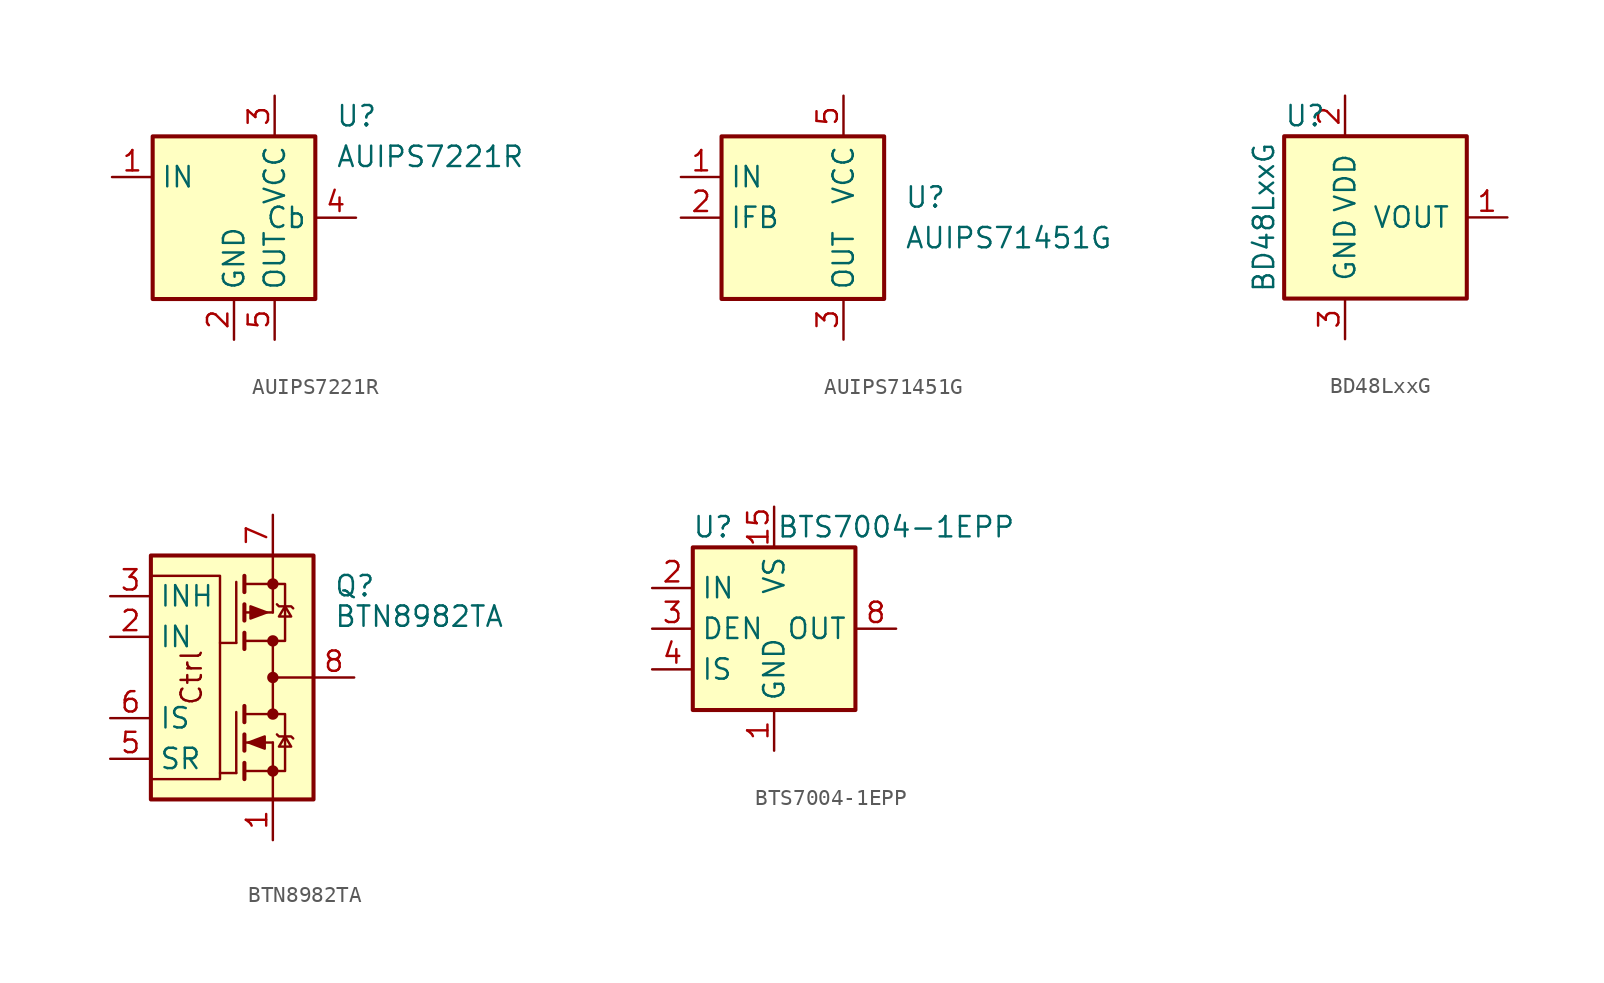
<source format=kicad_sym>
(kicad_symbol_lib
  (version 20231120)
  (generator "kicad_symbol_editor")
  (generator_version "8.0")
  (symbol "AUIPS7221R"
    (property "Reference" "U"
      (at 3.81 6.35 0)
      (effects (font (size 1.27 1.27)) (justify left)))
    (property "Value" "AUIPS7221R"
      (at 3.81 3.81 0)
      (effects (font (size 1.27 1.27)) (justify left)))
    (symbol "AUIPS7221R_0_1"
      (rectangle (start -7.62 5.08) (end 2.54 -5.08) (stroke (width 0.254) (type default)) (fill (type background))))
    (symbol "AUIPS7221R_1_1"
      (pin input line (at -10.16 2.54 0) (length 2.54) (name "IN" (effects (font (size 1.27 1.27)))) (number "1" (effects (font (size 1.27 1.27)))))
      (pin power_in line (at -2.54 -7.62 90) (length 2.54) (name "GND" (effects (font (size 1.27 1.27)))) (number "2" (effects (font (size 1.27 1.27)))))
      (pin power_in line (at 0 7.62 270) (length 2.54) (name "VCC" (effects (font (size 1.27 1.27)))) (number "3" (effects (font (size 1.27 1.27)))))
      (pin passive line (at 5.08 0 180) (length 2.54) (name "Cb" (effects (font (size 1.27 1.27)))) (number "4" (effects (font (size 1.27 1.27)))))
      (pin power_out line (at 0 -7.62 90) (length 2.54) (name "OUT" (effects (font (size 1.27 1.27)))) (number "5" (effects (font (size 1.27 1.27)))))))
  (symbol "AUIPS71451G"
    (property "Reference" "U"
      (at 3.81 1.27 0)
      (effects (font (size 1.27 1.27)) (justify left)))
    (property "Value" "AUIPS71451G"
      (at 3.81 -1.27 0)
      (effects (font (size 1.27 1.27)) (justify left)))
    (symbol "AUIPS71451G_0_1"
      (rectangle (start -7.62 5.08) (end 2.54 -5.08) (stroke (width 0.254) (type default)) (fill (type background))))
    (symbol "AUIPS71451G_1_1"
      (pin input line (at -10.16 2.54 0) (length 2.54) (name "IN" (effects (font (size 1.27 1.27)))) (number "1" (effects (font (size 1.27 1.27)))))
      (pin output line (at -10.16 0 0) (length 2.54) (name "IFB" (effects (font (size 1.27 1.27)))) (number "2" (effects (font (size 1.27 1.27)))))
      (pin power_out line (at 0 -7.62 90) (length 2.54) (name "OUT" (effects (font (size 1.27 1.27)))) (number "3" (effects (font (size 1.27 1.27)))))
      (pin passive line (at 0 -7.62 90) (length 2.54) hide (name "OUT" (effects (font (size 1.27 1.27)))) (number "4" (effects (font (size 1.27 1.27)))))
      (pin power_in line (at 0 7.62 270) (length 2.54) (name "VCC" (effects (font (size 1.27 1.27)))) (number "5" (effects (font (size 1.27 1.27)))))
      (pin passive line (at 0 7.62 270) (length 2.54) hide (name "VCC" (effects (font (size 1.27 1.27)))) (number "6" (effects (font (size 1.27 1.27)))))
      (pin passive line (at 0 7.62 270) (length 2.54) hide (name "VCC" (effects (font (size 1.27 1.27)))) (number "7" (effects (font (size 1.27 1.27)))))
      (pin passive line (at 0 7.62 270) (length 2.54) hide (name "VCC" (effects (font (size 1.27 1.27)))) (number "8" (effects (font (size 1.27 1.27)))))))
  (symbol "BD48LxxG"
    (pin_names
      (offset 1.016))
    (property "Reference" "U"
      (at -3.81 6.35 0)
      (effects (font (size 1.27 1.27)) (justify left)))
    (property "Value" "BD48LxxG"
      (at -5.08 0 90)
      (effects (font (size 1.27 1.27))))
    (symbol "BD48LxxG_1_1"
      (rectangle (start -3.81 5.08) (end 7.62 -5.08) (stroke (width 0.254) (type default)) (fill (type background)))
      (pin output line (at 10.16 0 180) (length 2.54) (name "VOUT" (effects (font (size 1.27 1.27)))) (number "1" (effects (font (size 1.27 1.27)))))
      (pin power_in line (at 0 7.62 270) (length 2.54) (name "VDD" (effects (font (size 1.27 1.27)))) (number "2" (effects (font (size 1.27 1.27)))))
      (pin power_in line (at 0 -7.62 90) (length 2.54) (name "GND" (effects (font (size 1.27 1.27)))) (number "3" (effects (font (size 1.27 1.27)))))))
  (symbol "BTN8982TA"
    (property "Reference" "Q"
      (at 6.35 5.715 0)
      (effects (font (size 1.27 1.27)) (justify left)))
    (property "Value" "BTN8982TA"
      (at 6.35 3.81 0)
      (effects (font (size 1.27 1.27)) (justify left)))
    (symbol "BTN8982TA_0_1"
      (rectangle (start -5.08 7.62) (end 5.08 -7.62) (stroke (width 0.254) (type default)) (fill (type background)))
      (polyline (pts (xy 0.254 -5.969) (xy -0.762 -5.969)) (stroke (width 0) (type default)) (fill (type none)))
      (polyline (pts (xy 0.254 2.159) (xy -0.762 2.159)) (stroke (width 0) (type default)) (fill (type none)))
      (polyline (pts (xy 2.54 0) (xy 5.08 0)) (stroke (width 0) (type default)) (fill (type none)))
      (polyline (pts (xy 2.54 2.286) (xy 2.54 -2.286)) (stroke (width 0) (type default)) (fill (type none)))
      (polyline (pts (xy 2.54 -5.842) (xy 2.54 -7.62) (xy 2.54 -6.858)) (stroke (width 0) (type default)) (fill (type none)))
      (polyline (pts (xy -5.08 6.35) (xy -0.762 6.35) (xy -0.762 -6.35) (xy -5.08 -6.35)) (stroke (width 0) (type default)) (fill (type none))))
    (symbol "BTN8982TA_1_0"
      (text "Ctrl" (at -2.54 0 900) (effects (font (size 1.27 1.27)))))
    (symbol "BTN8982TA_1_1"
      (polyline (pts (xy 0.762 -5.842) (xy 2.54 -5.842)) (stroke (width 0) (type default)) (fill (type none)))
      (polyline (pts (xy 0.762 -5.334) (xy 0.762 -6.35)) (stroke (width 0.254) (type default)) (fill (type none)))
      (polyline (pts (xy 0.762 -4.064) (xy 2.54 -4.064)) (stroke (width 0) (type default)) (fill (type none)))
      (polyline (pts (xy 0.762 -3.556) (xy 0.762 -4.572)) (stroke (width 0.254) (type default)) (fill (type none)))
      (polyline (pts (xy 0.762 -2.286) (xy 2.54 -2.286)) (stroke (width 0) (type default)) (fill (type none)))
      (polyline (pts (xy 0.762 -1.778) (xy 0.762 -2.794)) (stroke (width 0.254) (type default)) (fill (type none)))
      (polyline (pts (xy 0.762 2.286) (xy 2.54 2.286)) (stroke (width 0) (type default)) (fill (type none)))
      (polyline (pts (xy 0.762 2.794) (xy 0.762 1.778)) (stroke (width 0.254) (type default)) (fill (type none)))
      (polyline (pts (xy 0.762 4.064) (xy 2.54 4.064)) (stroke (width 0) (type default)) (fill (type none)))
      (polyline (pts (xy 0.762 4.572) (xy 0.762 3.556)) (stroke (width 0.254) (type default)) (fill (type none)))
      (polyline (pts (xy 0.762 5.842) (xy 2.54 5.842)) (stroke (width 0) (type default)) (fill (type none)))
      (polyline (pts (xy 0.762 6.35) (xy 0.762 5.334)) (stroke (width 0.254) (type default)) (fill (type none)))
      (polyline (pts (xy 2.54 -5.842) (xy 2.54 -4.064)) (stroke (width 0) (type default)) (fill (type none)))
      (polyline (pts (xy 2.54 4.064) (xy 2.54 5.842)) (stroke (width 0) (type default)) (fill (type none)))
      (polyline (pts (xy 2.54 7.62) (xy 2.54 5.842)) (stroke (width 0) (type default)) (fill (type none)))
      (polyline (pts (xy 0.254 -2.159) (xy 0.254 -5.969) (xy 0.254 -5.969)) (stroke (width 0) (type default)) (fill (type none)))
      (polyline (pts (xy 0.254 5.969) (xy 0.254 2.159) (xy 0.254 2.159)) (stroke (width 0) (type default)) (fill (type none)))
      (polyline (pts (xy 1.016 -4.064) (xy 2.032 -3.683) (xy 2.032 -4.445) (xy 1.016 -4.064)) (stroke (width 0) (type default)) (fill (type outline)))
      (polyline (pts (xy 2.159 4.064) (xy 1.143 3.683) (xy 1.143 4.445) (xy 2.159 4.064)) (stroke (width 0) (type default)) (fill (type outline)))
      (polyline (pts (xy 2.54 -5.842) (xy 3.302 -5.842) (xy 3.302 -2.286) (xy 2.54 -2.286)) (stroke (width 0) (type default)) (fill (type none)))
      (polyline (pts (xy 2.54 2.286) (xy 3.302 2.286) (xy 3.302 5.842) (xy 2.54 5.842)) (stroke (width 0) (type default)) (fill (type none)))
      (polyline (pts (xy 2.794 -3.556) (xy 2.921 -3.683) (xy 3.683 -3.683) (xy 3.81 -3.81)) (stroke (width 0) (type default)) (fill (type none)))
      (polyline (pts (xy 2.794 4.572) (xy 2.921 4.445) (xy 3.683 4.445) (xy 3.81 4.318)) (stroke (width 0) (type default)) (fill (type none)))
      (polyline (pts (xy 3.302 -3.683) (xy 2.921 -4.318) (xy 3.683 -4.318) (xy 3.302 -3.683)) (stroke (width 0) (type default)) (fill (type none)))
      (polyline (pts (xy 3.302 4.445) (xy 2.921 3.81) (xy 3.683 3.81) (xy 3.302 4.445)) (stroke (width 0) (type default)) (fill (type none)))
      (circle (center 2.54 -5.842) (radius 0.279) (stroke (width 0) (type default)) (fill (type outline)))
      (circle (center 2.54 -2.286) (radius 0.279) (stroke (width 0) (type default)) (fill (type outline)))
      (circle (center 2.54 0) (radius 0.279) (stroke (width 0) (type default)) (fill (type outline)))
      (circle (center 2.54 2.286) (radius 0.279) (stroke (width 0) (type default)) (fill (type outline)))
      (circle (center 2.54 5.842) (radius 0.279) (stroke (width 0) (type default)) (fill (type outline)))
      (pin power_in line (at 2.54 -10.16 90) (length 2.54) (name "~" (effects (font (size 1.27 1.27)))) (number "1" (effects (font (size 1.27 1.27)))))
      (pin input line (at -7.62 2.54 0) (length 2.54) (name "IN" (effects (font (size 1.27 1.27)))) (number "2" (effects (font (size 1.27 1.27)))))
      (pin input line (at -7.62 5.08 0) (length 2.54) (name "INH" (effects (font (size 1.27 1.27)))) (number "3" (effects (font (size 1.27 1.27)))))
      (pin passive line (at 7.62 0 180) (length 2.54) hide (name "~" (effects (font (size 1.27 1.27)))) (number "4" (effects (font (size 1.27 1.27)))))
      (pin input line (at -7.62 -5.08 0) (length 2.54) (name "SR" (effects (font (size 1.27 1.27)))) (number "5" (effects (font (size 1.27 1.27)))))
      (pin output line (at -7.62 -2.54 0) (length 2.54) (name "IS" (effects (font (size 1.27 1.27)))) (number "6" (effects (font (size 1.27 1.27)))))
      (pin power_in line (at 2.54 10.16 270) (length 2.54) (name "~" (effects (font (size 1.27 1.27)))) (number "7" (effects (font (size 1.27 1.27)))))
      (pin passive line (at 7.62 0 180) (length 2.54) (name "~" (effects (font (size 1.27 1.27)))) (number "8" (effects (font (size 1.27 1.27)))))))
  (symbol "BTS7004-1EPP"
    (property "Reference" "U"
      (at -3.81 6.35 0)
      (effects (font (size 1.27 1.27))))
    (property "Value" "BTS7004-1EPP"
      (at 7.62 6.35 0)
      (effects (font (size 1.27 1.27))))
    (symbol "BTS7004-1EPP_0_1"
      (rectangle (start -5.08 5.08) (end 5.08 -5.08) (stroke (width 0.254) (type default)) (fill (type background))))
    (symbol "BTS7004-1EPP_1_1"
      (pin power_in line (at 0 -7.62 90) (length 2.54) (name "GND" (effects (font (size 1.27 1.27)))) (number "1" (effects (font (size 1.27 1.27)))))
      (pin passive line (at 7.62 0 180) (length 2.54) hide (name "OUT" (effects (font (size 1.27 1.27)))) (number "10" (effects (font (size 1.27 1.27)))))
      (pin no_connect line (at 5.08 -5.08 180) (length 2.54) hide (name "NC" (effects (font (size 1.27 1.27)))) (number "11" (effects (font (size 1.27 1.27)))))
      (pin passive line (at 7.62 0 180) (length 2.54) hide (name "OUT" (effects (font (size 1.27 1.27)))) (number "12" (effects (font (size 1.27 1.27)))))
      (pin passive line (at 7.62 0 180) (length 2.54) hide (name "OUT" (effects (font (size 1.27 1.27)))) (number "13" (effects (font (size 1.27 1.27)))))
      (pin passive line (at 7.62 0 180) (length 2.54) hide (name "OUT" (effects (font (size 1.27 1.27)))) (number "14" (effects (font (size 1.27 1.27)))))
      (pin power_in line (at 0 7.62 270) (length 2.54) (name "VS" (effects (font (size 1.27 1.27)))) (number "15" (effects (font (size 1.27 1.27)))))
      (pin input line (at -7.62 2.54 0) (length 2.54) (name "IN" (effects (font (size 1.27 1.27)))) (number "2" (effects (font (size 1.27 1.27)))))
      (pin input line (at -7.62 0 0) (length 2.54) (name "DEN" (effects (font (size 1.27 1.27)))) (number "3" (effects (font (size 1.27 1.27)))))
      (pin output line (at -7.62 -2.54 0) (length 2.54) (name "IS" (effects (font (size 1.27 1.27)))) (number "4" (effects (font (size 1.27 1.27)))))
      (pin no_connect line (at 5.08 5.08 180) (length 2.54) hide (name "NC" (effects (font (size 1.27 1.27)))) (number "5" (effects (font (size 1.27 1.27)))))
      (pin no_connect line (at 5.08 2.54 180) (length 2.54) hide (name "NC" (effects (font (size 1.27 1.27)))) (number "6" (effects (font (size 1.27 1.27)))))
      (pin no_connect line (at 5.08 -2.54 180) (length 2.54) hide (name "NC" (effects (font (size 1.27 1.27)))) (number "7" (effects (font (size 1.27 1.27)))))
      (pin power_out line (at 7.62 0 180) (length 2.54) (name "OUT" (effects (font (size 1.27 1.27)))) (number "8" (effects (font (size 1.27 1.27)))))
      (pin passive line (at 7.62 0 180) (length 2.54) hide (name "OUT" (effects (font (size 1.27 1.27)))) (number "9" (effects (font (size 1.27 1.27))))))))
</source>
